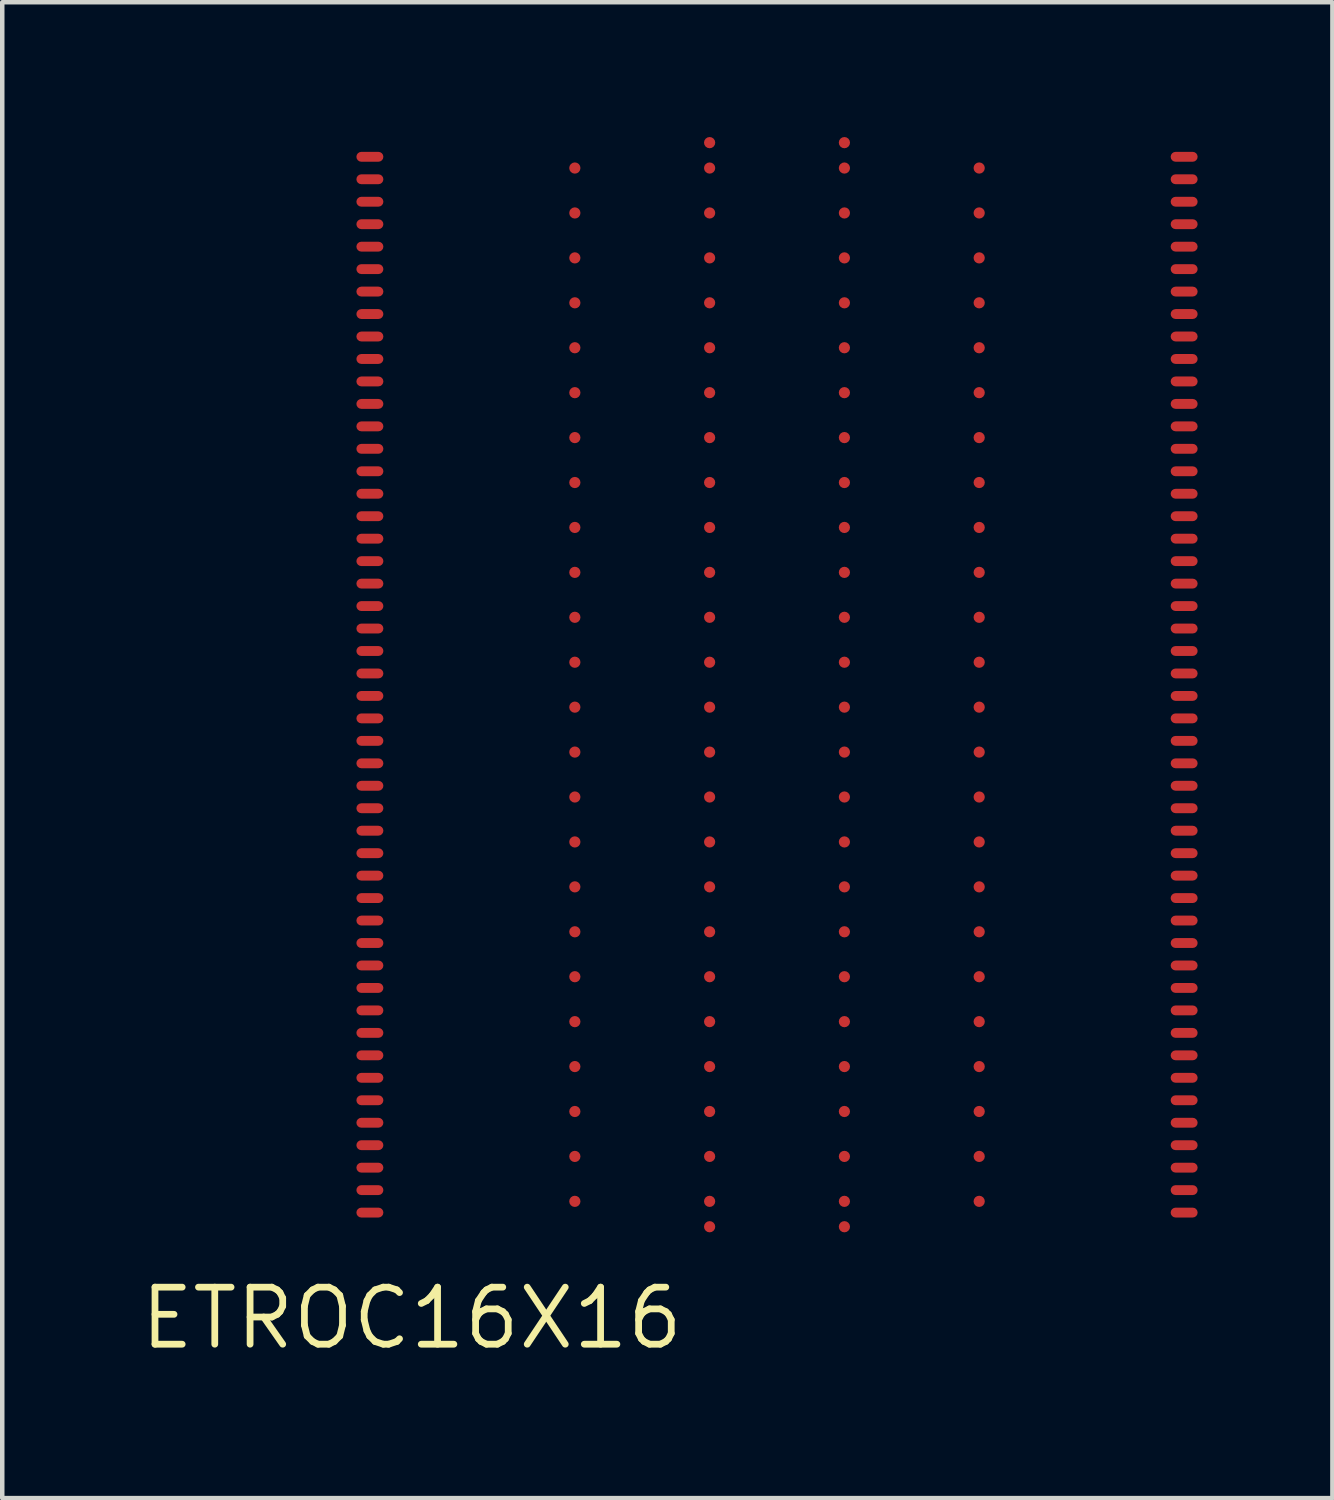
<source format=kicad_pcb>
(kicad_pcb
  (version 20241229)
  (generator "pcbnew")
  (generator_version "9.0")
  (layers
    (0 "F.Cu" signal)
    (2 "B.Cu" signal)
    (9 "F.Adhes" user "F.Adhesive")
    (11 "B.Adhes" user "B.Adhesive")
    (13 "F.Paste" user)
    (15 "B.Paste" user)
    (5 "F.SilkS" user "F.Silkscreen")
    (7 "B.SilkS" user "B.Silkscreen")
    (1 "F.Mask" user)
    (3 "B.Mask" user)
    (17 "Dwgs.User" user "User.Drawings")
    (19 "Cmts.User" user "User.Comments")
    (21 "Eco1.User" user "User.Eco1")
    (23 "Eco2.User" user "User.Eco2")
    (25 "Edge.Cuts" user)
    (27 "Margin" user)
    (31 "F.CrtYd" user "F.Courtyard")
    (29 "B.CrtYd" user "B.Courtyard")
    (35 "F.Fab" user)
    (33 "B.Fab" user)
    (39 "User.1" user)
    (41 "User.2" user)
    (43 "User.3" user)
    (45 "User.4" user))
  (footprint "ETROC16X16"
    (layer "F.Cu")
    (at 6.115 26.29)
    (property "Reference" "ETROC16X16" (at 0 0 0) (layer "F.SilkS") (effects (font (size 1.27 1.27) (thickness 0.15))))
    (attr through_hole)
    (pad "BB_1_0" smd roundrect (at 6.63 -26.165) (size 0.25 0.25) (layers "F.Cu" "F.Mask" "F.Paste") (roundrect_rratio 0.5))
    (pad "BB_1_1" smd roundrect (at 9.63 -26.165) (size 0.25 0.25) (layers "F.Cu" "F.Mask" "F.Paste") (roundrect_rratio 0.5))
    (pad "BB_4_0" smd roundrect (at 6.63 -2.035) (size 0.25 0.25) (layers "F.Cu" "F.Mask" "F.Paste") (roundrect_rratio 0.5))
    (pad "BB_4_1" smd roundrect (at 9.63 -2.035) (size 0.25 0.25) (layers "F.Cu" "F.Mask" "F.Paste") (roundrect_rratio 0.5))
    (pad "BB_6_0" smd roundrect (at 3.63 -25.6) (size 0.25 0.25) (layers "F.Cu" "F.Mask" "F.Paste") (roundrect_rratio 0.5))
    (pad "BB_6_1" smd roundrect (at 3.63 -24.6) (size 0.25 0.25) (layers "F.Cu" "F.Mask" "F.Paste") (roundrect_rratio 0.5))
    (pad "BB_6_2" smd roundrect (at 3.63 -23.6) (size 0.25 0.25) (layers "F.Cu" "F.Mask" "F.Paste") (roundrect_rratio 0.5))
    (pad "BB_6_3" smd roundrect (at 3.63 -22.6) (size 0.25 0.25) (layers "F.Cu" "F.Mask" "F.Paste") (roundrect_rratio 0.5))
    (pad "BB_6_4" smd roundrect (at 3.63 -21.6) (size 0.25 0.25) (layers "F.Cu" "F.Mask" "F.Paste") (roundrect_rratio 0.5))
    (pad "BB_6_5" smd roundrect (at 3.63 -20.6) (size 0.25 0.25) (layers "F.Cu" "F.Mask" "F.Paste") (roundrect_rratio 0.5))
    (pad "BB_6_6" smd roundrect (at 3.63 -19.6) (size 0.25 0.25) (layers "F.Cu" "F.Mask" "F.Paste") (roundrect_rratio 0.5))
    (pad "BB_6_7" smd roundrect (at 3.63 -18.6) (size 0.25 0.25) (layers "F.Cu" "F.Mask" "F.Paste") (roundrect_rratio 0.5))
    (pad "BB_6_8" smd roundrect (at 3.63 -17.6) (size 0.25 0.25) (layers "F.Cu" "F.Mask" "F.Paste") (roundrect_rratio 0.5))
    (pad "BB_6_9" smd roundrect (at 3.63 -16.6) (size 0.25 0.25) (layers "F.Cu" "F.Mask" "F.Paste") (roundrect_rratio 0.5))
    (pad "BB_6_10" smd roundrect (at 3.63 -15.6) (size 0.25 0.25) (layers "F.Cu" "F.Mask" "F.Paste") (roundrect_rratio 0.5))
    (pad "BB_6_11" smd roundrect (at 3.63 -14.6) (size 0.25 0.25) (layers "F.Cu" "F.Mask" "F.Paste") (roundrect_rratio 0.5))
    (pad "BB_6_12" smd roundrect (at 3.63 -13.6) (size 0.25 0.25) (layers "F.Cu" "F.Mask" "F.Paste") (roundrect_rratio 0.5))
    (pad "BB_6_13" smd roundrect (at 3.63 -12.6) (size 0.25 0.25) (layers "F.Cu" "F.Mask" "F.Paste") (roundrect_rratio 0.5))
    (pad "BB_6_14" smd roundrect (at 3.63 -11.6) (size 0.25 0.25) (layers "F.Cu" "F.Mask" "F.Paste") (roundrect_rratio 0.5))
    (pad "BB_6_15" smd roundrect (at 3.63 -10.6) (size 0.25 0.25) (layers "F.Cu" "F.Mask" "F.Paste") (roundrect_rratio 0.5))
    (pad "BB_6_16" smd roundrect (at 3.63 -9.6) (size 0.25 0.25) (layers "F.Cu" "F.Mask" "F.Paste") (roundrect_rratio 0.5))
    (pad "BB_6_17" smd roundrect (at 3.63 -8.6) (size 0.25 0.25) (layers "F.Cu" "F.Mask" "F.Paste") (roundrect_rratio 0.5))
    (pad "BB_6_18" smd roundrect (at 3.63 -7.6) (size 0.25 0.25) (layers "F.Cu" "F.Mask" "F.Paste") (roundrect_rratio 0.5))
    (pad "BB_6_19" smd roundrect (at 3.63 -6.6) (size 0.25 0.25) (layers "F.Cu" "F.Mask" "F.Paste") (roundrect_rratio 0.5))
    (pad "BB_6_20" smd roundrect (at 3.63 -5.6) (size 0.25 0.25) (layers "F.Cu" "F.Mask" "F.Paste") (roundrect_rratio 0.5))
    (pad "BB_6_21" smd roundrect (at 3.63 -4.6) (size 0.25 0.25) (layers "F.Cu" "F.Mask" "F.Paste") (roundrect_rratio 0.5))
    (pad "BB_6_22" smd roundrect (at 3.63 -3.6) (size 0.25 0.25) (layers "F.Cu" "F.Mask" "F.Paste") (roundrect_rratio 0.5))
    (pad "BB_6_23" smd roundrect (at 3.63 -2.6) (size 0.25 0.25) (layers "F.Cu" "F.Mask" "F.Paste") (roundrect_rratio 0.5))
    (pad "BB_7_0" smd roundrect (at 6.63 -25.6) (size 0.25 0.25) (layers "F.Cu" "F.Mask" "F.Paste") (roundrect_rratio 0.5))
    (pad "BB_7_1" smd roundrect (at 6.63 -24.6) (size 0.25 0.25) (layers "F.Cu" "F.Mask" "F.Paste") (roundrect_rratio 0.5))
    (pad "BB_7_2" smd roundrect (at 6.63 -23.6) (size 0.25 0.25) (layers "F.Cu" "F.Mask" "F.Paste") (roundrect_rratio 0.5))
    (pad "BB_7_3" smd roundrect (at 6.63 -22.6) (size 0.25 0.25) (layers "F.Cu" "F.Mask" "F.Paste") (roundrect_rratio 0.5))
    (pad "BB_7_4" smd roundrect (at 6.63 -21.6) (size 0.25 0.25) (layers "F.Cu" "F.Mask" "F.Paste") (roundrect_rratio 0.5))
    (pad "BB_7_5" smd roundrect (at 6.63 -20.6) (size 0.25 0.25) (layers "F.Cu" "F.Mask" "F.Paste") (roundrect_rratio 0.5))
    (pad "BB_7_6" smd roundrect (at 6.63 -19.6) (size 0.25 0.25) (layers "F.Cu" "F.Mask" "F.Paste") (roundrect_rratio 0.5))
    (pad "BB_7_7" smd roundrect (at 6.63 -18.6) (size 0.25 0.25) (layers "F.Cu" "F.Mask" "F.Paste") (roundrect_rratio 0.5))
    (pad "BB_7_8" smd roundrect (at 6.63 -17.6) (size 0.25 0.25) (layers "F.Cu" "F.Mask" "F.Paste") (roundrect_rratio 0.5))
    (pad "BB_7_9" smd roundrect (at 6.63 -16.6) (size 0.25 0.25) (layers "F.Cu" "F.Mask" "F.Paste") (roundrect_rratio 0.5))
    (pad "BB_7_10" smd roundrect (at 6.63 -15.6) (size 0.25 0.25) (layers "F.Cu" "F.Mask" "F.Paste") (roundrect_rratio 0.5))
    (pad "BB_7_11" smd roundrect (at 6.63 -14.6) (size 0.25 0.25) (layers "F.Cu" "F.Mask" "F.Paste") (roundrect_rratio 0.5))
    (pad "BB_7_12" smd roundrect (at 6.63 -13.6) (size 0.25 0.25) (layers "F.Cu" "F.Mask" "F.Paste") (roundrect_rratio 0.5))
    (pad "BB_7_13" smd roundrect (at 6.63 -12.6) (size 0.25 0.25) (layers "F.Cu" "F.Mask" "F.Paste") (roundrect_rratio 0.5))
    (pad "BB_7_14" smd roundrect (at 6.63 -11.6) (size 0.25 0.25) (layers "F.Cu" "F.Mask" "F.Paste") (roundrect_rratio 0.5))
    (pad "BB_7_15" smd roundrect (at 6.63 -10.6) (size 0.25 0.25) (layers "F.Cu" "F.Mask" "F.Paste") (roundrect_rratio 0.5))
    (pad "BB_7_16" smd roundrect (at 6.63 -9.6) (size 0.25 0.25) (layers "F.Cu" "F.Mask" "F.Paste") (roundrect_rratio 0.5))
    (pad "BB_7_17" smd roundrect (at 6.63 -8.6) (size 0.25 0.25) (layers "F.Cu" "F.Mask" "F.Paste") (roundrect_rratio 0.5))
    (pad "BB_7_18" smd roundrect (at 6.63 -7.6) (size 0.25 0.25) (layers "F.Cu" "F.Mask" "F.Paste") (roundrect_rratio 0.5))
    (pad "BB_7_19" smd roundrect (at 6.63 -6.6) (size 0.25 0.25) (layers "F.Cu" "F.Mask" "F.Paste") (roundrect_rratio 0.5))
    (pad "BB_7_20" smd roundrect (at 6.63 -5.6) (size 0.25 0.25) (layers "F.Cu" "F.Mask" "F.Paste") (roundrect_rratio 0.5))
    (pad "BB_7_21" smd roundrect (at 6.63 -4.6) (size 0.25 0.25) (layers "F.Cu" "F.Mask" "F.Paste") (roundrect_rratio 0.5))
    (pad "BB_7_22" smd roundrect (at 6.63 -3.6) (size 0.25 0.25) (layers "F.Cu" "F.Mask" "F.Paste") (roundrect_rratio 0.5))
    (pad "BB_7_23" smd roundrect (at 6.63 -2.6) (size 0.25 0.25) (layers "F.Cu" "F.Mask" "F.Paste") (roundrect_rratio 0.5))
    (pad "BB_8_0" smd roundrect (at 9.63 -25.6) (size 0.25 0.25) (layers "F.Cu" "F.Mask" "F.Paste") (roundrect_rratio 0.5))
    (pad "BB_8_1" smd roundrect (at 9.63 -24.6) (size 0.25 0.25) (layers "F.Cu" "F.Mask" "F.Paste") (roundrect_rratio 0.5))
    (pad "BB_8_2" smd roundrect (at 9.63 -23.6) (size 0.25 0.25) (layers "F.Cu" "F.Mask" "F.Paste") (roundrect_rratio 0.5))
    (pad "BB_8_3" smd roundrect (at 9.63 -22.6) (size 0.25 0.25) (layers "F.Cu" "F.Mask" "F.Paste") (roundrect_rratio 0.5))
    (pad "BB_8_4" smd roundrect (at 9.63 -21.6) (size 0.25 0.25) (layers "F.Cu" "F.Mask" "F.Paste") (roundrect_rratio 0.5))
    (pad "BB_8_5" smd roundrect (at 9.63 -20.6) (size 0.25 0.25) (layers "F.Cu" "F.Mask" "F.Paste") (roundrect_rratio 0.5))
    (pad "BB_8_6" smd roundrect (at 9.63 -19.6) (size 0.25 0.25) (layers "F.Cu" "F.Mask" "F.Paste") (roundrect_rratio 0.5))
    (pad "BB_8_7" smd roundrect (at 9.63 -18.6) (size 0.25 0.25) (layers "F.Cu" "F.Mask" "F.Paste") (roundrect_rratio 0.5))
    (pad "BB_8_8" smd roundrect (at 9.63 -17.6) (size 0.25 0.25) (layers "F.Cu" "F.Mask" "F.Paste") (roundrect_rratio 0.5))
    (pad "BB_8_9" smd roundrect (at 9.63 -16.6) (size 0.25 0.25) (layers "F.Cu" "F.Mask" "F.Paste") (roundrect_rratio 0.5))
    (pad "BB_8_10" smd roundrect (at 9.63 -15.6) (size 0.25 0.25) (layers "F.Cu" "F.Mask" "F.Paste") (roundrect_rratio 0.5))
    (pad "BB_8_11" smd roundrect (at 9.63 -14.6) (size 0.25 0.25) (layers "F.Cu" "F.Mask" "F.Paste") (roundrect_rratio 0.5))
    (pad "BB_8_12" smd roundrect (at 9.63 -13.6) (size 0.25 0.25) (layers "F.Cu" "F.Mask" "F.Paste") (roundrect_rratio 0.5))
    (pad "BB_8_13" smd roundrect (at 9.63 -12.6) (size 0.25 0.25) (layers "F.Cu" "F.Mask" "F.Paste") (roundrect_rratio 0.5))
    (pad "BB_8_14" smd roundrect (at 9.63 -11.6) (size 0.25 0.25) (layers "F.Cu" "F.Mask" "F.Paste") (roundrect_rratio 0.5))
    (pad "BB_8_15" smd roundrect (at 9.63 -10.6) (size 0.25 0.25) (layers "F.Cu" "F.Mask" "F.Paste") (roundrect_rratio 0.5))
    (pad "BB_8_16" smd roundrect (at 9.63 -9.6) (size 0.25 0.25) (layers "F.Cu" "F.Mask" "F.Paste") (roundrect_rratio 0.5))
    (pad "BB_8_17" smd roundrect (at 9.63 -8.6) (size 0.25 0.25) (layers "F.Cu" "F.Mask" "F.Paste") (roundrect_rratio 0.5))
    (pad "BB_8_18" smd roundrect (at 9.63 -7.6) (size 0.25 0.25) (layers "F.Cu" "F.Mask" "F.Paste") (roundrect_rratio 0.5))
    (pad "BB_8_19" smd roundrect (at 9.63 -6.6) (size 0.25 0.25) (layers "F.Cu" "F.Mask" "F.Paste") (roundrect_rratio 0.5))
    (pad "BB_8_20" smd roundrect (at 9.63 -5.6) (size 0.25 0.25) (layers "F.Cu" "F.Mask" "F.Paste") (roundrect_rratio 0.5))
    (pad "BB_8_21" smd roundrect (at 9.63 -4.6) (size 0.25 0.25) (layers "F.Cu" "F.Mask" "F.Paste") (roundrect_rratio 0.5))
    (pad "BB_8_22" smd roundrect (at 9.63 -3.6) (size 0.25 0.25) (layers "F.Cu" "F.Mask" "F.Paste") (roundrect_rratio 0.5))
    (pad "BB_8_23" smd roundrect (at 9.63 -2.6) (size 0.25 0.25) (layers "F.Cu" "F.Mask" "F.Paste") (roundrect_rratio 0.5))
    (pad "BB_9_0" smd roundrect (at 12.63 -25.6) (size 0.25 0.25) (layers "F.Cu" "F.Mask" "F.Paste") (roundrect_rratio 0.5))
    (pad "BB_9_1" smd roundrect (at 12.63 -24.6) (size 0.25 0.25) (layers "F.Cu" "F.Mask" "F.Paste") (roundrect_rratio 0.5))
    (pad "BB_9_2" smd roundrect (at 12.63 -23.6) (size 0.25 0.25) (layers "F.Cu" "F.Mask" "F.Paste") (roundrect_rratio 0.5))
    (pad "BB_9_3" smd roundrect (at 12.63 -22.6) (size 0.25 0.25) (layers "F.Cu" "F.Mask" "F.Paste") (roundrect_rratio 0.5))
    (pad "BB_9_4" smd roundrect (at 12.63 -21.6) (size 0.25 0.25) (layers "F.Cu" "F.Mask" "F.Paste") (roundrect_rratio 0.5))
    (pad "BB_9_5" smd roundrect (at 12.63 -20.6) (size 0.25 0.25) (layers "F.Cu" "F.Mask" "F.Paste") (roundrect_rratio 0.5))
    (pad "BB_9_6" smd roundrect (at 12.63 -19.6) (size 0.25 0.25) (layers "F.Cu" "F.Mask" "F.Paste") (roundrect_rratio 0.5))
    (pad "BB_9_7" smd roundrect (at 12.63 -18.6) (size 0.25 0.25) (layers "F.Cu" "F.Mask" "F.Paste") (roundrect_rratio 0.5))
    (pad "BB_9_8" smd roundrect (at 12.63 -17.6) (size 0.25 0.25) (layers "F.Cu" "F.Mask" "F.Paste") (roundrect_rratio 0.5))
    (pad "BB_9_9" smd roundrect (at 12.63 -16.6) (size 0.25 0.25) (layers "F.Cu" "F.Mask" "F.Paste") (roundrect_rratio 0.5))
    (pad "BB_9_10" smd roundrect (at 12.63 -15.6) (size 0.25 0.25) (layers "F.Cu" "F.Mask" "F.Paste") (roundrect_rratio 0.5))
    (pad "BB_9_11" smd roundrect (at 12.63 -14.6) (size 0.25 0.25) (layers "F.Cu" "F.Mask" "F.Paste") (roundrect_rratio 0.5))
    (pad "BB_9_12" smd roundrect (at 12.63 -13.6) (size 0.25 0.25) (layers "F.Cu" "F.Mask" "F.Paste") (roundrect_rratio 0.5))
    (pad "BB_9_13" smd roundrect (at 12.63 -12.6) (size 0.25 0.25) (layers "F.Cu" "F.Mask" "F.Paste") (roundrect_rratio 0.5))
    (pad "BB_9_14" smd roundrect (at 12.63 -11.6) (size 0.25 0.25) (layers "F.Cu" "F.Mask" "F.Paste") (roundrect_rratio 0.5))
    (pad "BB_9_15" smd roundrect (at 12.63 -10.6) (size 0.25 0.25) (layers "F.Cu" "F.Mask" "F.Paste") (roundrect_rratio 0.5))
    (pad "BB_9_16" smd roundrect (at 12.63 -9.6) (size 0.25 0.25) (layers "F.Cu" "F.Mask" "F.Paste") (roundrect_rratio 0.5))
    (pad "BB_9_17" smd roundrect (at 12.63 -8.6) (size 0.25 0.25) (layers "F.Cu" "F.Mask" "F.Paste") (roundrect_rratio 0.5))
    (pad "BB_9_18" smd roundrect (at 12.63 -7.6) (size 0.25 0.25) (layers "F.Cu" "F.Mask" "F.Paste") (roundrect_rratio 0.5))
    (pad "BB_9_19" smd roundrect (at 12.63 -6.6) (size 0.25 0.25) (layers "F.Cu" "F.Mask" "F.Paste") (roundrect_rratio 0.5))
    (pad "BB_9_20" smd roundrect (at 12.63 -5.6) (size 0.25 0.25) (layers "F.Cu" "F.Mask" "F.Paste") (roundrect_rratio 0.5))
    (pad "BB_9_21" smd roundrect (at 12.63 -4.6) (size 0.25 0.25) (layers "F.Cu" "F.Mask" "F.Paste") (roundrect_rratio 0.5))
    (pad "BB_9_22" smd roundrect (at 12.63 -3.6) (size 0.25 0.25) (layers "F.Cu" "F.Mask" "F.Paste") (roundrect_rratio 0.5))
    (pad "BB_9_23" smd roundrect (at 12.63 -2.6) (size 0.25 0.25) (layers "F.Cu" "F.Mask" "F.Paste") (roundrect_rratio 0.5))
    (pad "WB_5_1" smd roundrect (at -0.932 -25.85) (size 0.6 0.22) (layers "F.Cu" "F.Mask" "F.Paste") (roundrect_rratio 0.5))
    (pad "WB_5_2" smd roundrect (at -0.932 -25.35) (size 0.6 0.22) (layers "F.Cu" "F.Mask" "F.Paste") (roundrect_rratio 0.5))
    (pad "WB_5_3" smd roundrect (at -0.932 -24.85) (size 0.6 0.22) (layers "F.Cu" "F.Mask" "F.Paste") (roundrect_rratio 0.5))
    (pad "WB_5_4" smd roundrect (at -0.932 -24.35) (size 0.6 0.22) (layers "F.Cu" "F.Mask" "F.Paste") (roundrect_rratio 0.5))
    (pad "WB_5_5" smd roundrect (at -0.932 -23.85) (size 0.6 0.22) (layers "F.Cu" "F.Mask" "F.Paste") (roundrect_rratio 0.5))
    (pad "WB_5_6" smd roundrect (at -0.932 -23.35) (size 0.6 0.22) (layers "F.Cu" "F.Mask" "F.Paste") (roundrect_rratio 0.5))
    (pad "WB_5_7" smd roundrect (at -0.932 -22.85) (size 0.6 0.22) (layers "F.Cu" "F.Mask" "F.Paste") (roundrect_rratio 0.5))
    (pad "WB_5_8" smd roundrect (at -0.932 -22.35) (size 0.6 0.22) (layers "F.Cu" "F.Mask" "F.Paste") (roundrect_rratio 0.5))
    (pad "WB_5_9" smd roundrect (at -0.932 -21.85) (size 0.6 0.22) (layers "F.Cu" "F.Mask" "F.Paste") (roundrect_rratio 0.5))
    (pad "WB_5_10" smd roundrect (at -0.932 -21.35) (size 0.6 0.22) (layers "F.Cu" "F.Mask" "F.Paste") (roundrect_rratio 0.5))
    (pad "WB_5_11" smd roundrect (at -0.932 -20.85) (size 0.6 0.22) (layers "F.Cu" "F.Mask" "F.Paste") (roundrect_rratio 0.5))
    (pad "WB_5_12" smd roundrect (at -0.932 -20.35) (size 0.6 0.22) (layers "F.Cu" "F.Mask" "F.Paste") (roundrect_rratio 0.5))
    (pad "WB_5_13" smd roundrect (at -0.932 -19.85) (size 0.6 0.22) (layers "F.Cu" "F.Mask" "F.Paste") (roundrect_rratio 0.5))
    (pad "WB_5_14" smd roundrect (at -0.932 -19.35) (size 0.6 0.22) (layers "F.Cu" "F.Mask" "F.Paste") (roundrect_rratio 0.5))
    (pad "WB_5_15" smd roundrect (at -0.932 -18.85) (size 0.6 0.22) (layers "F.Cu" "F.Mask" "F.Paste") (roundrect_rratio 0.5))
    (pad "WB_5_16" smd roundrect (at -0.932 -18.35) (size 0.6 0.22) (layers "F.Cu" "F.Mask" "F.Paste") (roundrect_rratio 0.5))
    (pad "WB_5_17" smd roundrect (at -0.932 -17.85) (size 0.6 0.22) (layers "F.Cu" "F.Mask" "F.Paste") (roundrect_rratio 0.5))
    (pad "WB_5_18" smd roundrect (at -0.932 -17.35) (size 0.6 0.22) (layers "F.Cu" "F.Mask" "F.Paste") (roundrect_rratio 0.5))
    (pad "WB_5_19" smd roundrect (at -0.932 -16.85) (size 0.6 0.22) (layers "F.Cu" "F.Mask" "F.Paste") (roundrect_rratio 0.5))
    (pad "WB_5_20" smd roundrect (at -0.932 -16.35) (size 0.6 0.22) (layers "F.Cu" "F.Mask" "F.Paste") (roundrect_rratio 0.5))
    (pad "WB_5_21" smd roundrect (at -0.932 -15.85) (size 0.6 0.22) (layers "F.Cu" "F.Mask" "F.Paste") (roundrect_rratio 0.5))
    (pad "WB_5_22" smd roundrect (at -0.932 -15.35) (size 0.6 0.22) (layers "F.Cu" "F.Mask" "F.Paste") (roundrect_rratio 0.5))
    (pad "WB_5_23" smd roundrect (at -0.932 -14.85) (size 0.6 0.22) (layers "F.Cu" "F.Mask" "F.Paste") (roundrect_rratio 0.5))
    (pad "WB_5_24" smd roundrect (at -0.932 -14.35) (size 0.6 0.22) (layers "F.Cu" "F.Mask" "F.Paste") (roundrect_rratio 0.5))
    (pad "WB_5_25" smd roundrect (at -0.932 -13.85) (size 0.6 0.22) (layers "F.Cu" "F.Mask" "F.Paste") (roundrect_rratio 0.5))
    (pad "WB_5_26" smd roundrect (at -0.932 -13.35) (size 0.6 0.22) (layers "F.Cu" "F.Mask" "F.Paste") (roundrect_rratio 0.5))
    (pad "WB_5_27" smd roundrect (at -0.932 -12.85) (size 0.6 0.22) (layers "F.Cu" "F.Mask" "F.Paste") (roundrect_rratio 0.5))
    (pad "WB_5_28" smd roundrect (at -0.932 -12.35) (size 0.6 0.22) (layers "F.Cu" "F.Mask" "F.Paste") (roundrect_rratio 0.5))
    (pad "WB_5_29" smd roundrect (at -0.932 -11.85) (size 0.6 0.22) (layers "F.Cu" "F.Mask" "F.Paste") (roundrect_rratio 0.5))
    (pad "WB_5_30" smd roundrect (at -0.932 -11.35) (size 0.6 0.22) (layers "F.Cu" "F.Mask" "F.Paste") (roundrect_rratio 0.5))
    (pad "WB_5_31" smd roundrect (at -0.932 -10.85) (size 0.6 0.22) (layers "F.Cu" "F.Mask" "F.Paste") (roundrect_rratio 0.5))
    (pad "WB_5_32" smd roundrect (at -0.932 -10.35) (size 0.6 0.22) (layers "F.Cu" "F.Mask" "F.Paste") (roundrect_rratio 0.5))
    (pad "WB_5_33" smd roundrect (at -0.932 -9.85) (size 0.6 0.22) (layers "F.Cu" "F.Mask" "F.Paste") (roundrect_rratio 0.5))
    (pad "WB_5_34" smd roundrect (at -0.932 -9.35) (size 0.6 0.22) (layers "F.Cu" "F.Mask" "F.Paste") (roundrect_rratio 0.5))
    (pad "WB_5_35" smd roundrect (at -0.932 -8.85) (size 0.6 0.22) (layers "F.Cu" "F.Mask" "F.Paste") (roundrect_rratio 0.5))
    (pad "WB_5_36" smd roundrect (at -0.932 -8.35) (size 0.6 0.22) (layers "F.Cu" "F.Mask" "F.Paste") (roundrect_rratio 0.5))
    (pad "WB_5_37" smd roundrect (at -0.932 -7.85) (size 0.6 0.22) (layers "F.Cu" "F.Mask" "F.Paste") (roundrect_rratio 0.5))
    (pad "WB_5_38" smd roundrect (at -0.932 -7.35) (size 0.6 0.22) (layers "F.Cu" "F.Mask" "F.Paste") (roundrect_rratio 0.5))
    (pad "WB_5_39" smd roundrect (at -0.932 -6.85) (size 0.6 0.22) (layers "F.Cu" "F.Mask" "F.Paste") (roundrect_rratio 0.5))
    (pad "WB_5_40" smd roundrect (at -0.932 -6.35) (size 0.6 0.22) (layers "F.Cu" "F.Mask" "F.Paste") (roundrect_rratio 0.5))
    (pad "WB_5_41" smd roundrect (at -0.932 -5.85) (size 0.6 0.22) (layers "F.Cu" "F.Mask" "F.Paste") (roundrect_rratio 0.5))
    (pad "WB_5_42" smd roundrect (at -0.932 -5.35) (size 0.6 0.22) (layers "F.Cu" "F.Mask" "F.Paste") (roundrect_rratio 0.5))
    (pad "WB_5_43" smd roundrect (at -0.932 -4.85) (size 0.6 0.22) (layers "F.Cu" "F.Mask" "F.Paste") (roundrect_rratio 0.5))
    (pad "WB_5_44" smd roundrect (at -0.932 -4.35) (size 0.6 0.22) (layers "F.Cu" "F.Mask" "F.Paste") (roundrect_rratio 0.5))
    (pad "WB_5_45" smd roundrect (at -0.932 -3.85) (size 0.6 0.22) (layers "F.Cu" "F.Mask" "F.Paste") (roundrect_rratio 0.5))
    (pad "WB_5_46" smd roundrect (at -0.932 -3.35) (size 0.6 0.22) (layers "F.Cu" "F.Mask" "F.Paste") (roundrect_rratio 0.5))
    (pad "WB_5_47" smd roundrect (at -0.932 -2.85) (size 0.6 0.22) (layers "F.Cu" "F.Mask" "F.Paste") (roundrect_rratio 0.5))
    (pad "WB_5_48" smd roundrect (at -0.932 -2.35) (size 0.6 0.22) (layers "F.Cu" "F.Mask" "F.Paste") (roundrect_rratio 0.5))
    (pad "WB_5_51" smd roundrect (at 17.192 -25.85) (size 0.6 0.22) (layers "F.Cu" "F.Mask" "F.Paste") (roundrect_rratio 0.5))
    (pad "WB_5_52" smd roundrect (at 17.192 -25.35) (size 0.6 0.22) (layers "F.Cu" "F.Mask" "F.Paste") (roundrect_rratio 0.5))
    (pad "WB_5_53" smd roundrect (at 17.192 -24.85) (size 0.6 0.22) (layers "F.Cu" "F.Mask" "F.Paste") (roundrect_rratio 0.5))
    (pad "WB_5_54" smd roundrect (at 17.192 -24.35) (size 0.6 0.22) (layers "F.Cu" "F.Mask" "F.Paste") (roundrect_rratio 0.5))
    (pad "WB_5_55" smd roundrect (at 17.192 -23.85) (size 0.6 0.22) (layers "F.Cu" "F.Mask" "F.Paste") (roundrect_rratio 0.5))
    (pad "WB_5_56" smd roundrect (at 17.192 -23.35) (size 0.6 0.22) (layers "F.Cu" "F.Mask" "F.Paste") (roundrect_rratio 0.5))
    (pad "WB_5_57" smd roundrect (at 17.192 -22.85) (size 0.6 0.22) (layers "F.Cu" "F.Mask" "F.Paste") (roundrect_rratio 0.5))
    (pad "WB_5_58" smd roundrect (at 17.192 -22.35) (size 0.6 0.22) (layers "F.Cu" "F.Mask" "F.Paste") (roundrect_rratio 0.5))
    (pad "WB_5_59" smd roundrect (at 17.192 -21.85) (size 0.6 0.22) (layers "F.Cu" "F.Mask" "F.Paste") (roundrect_rratio 0.5))
    (pad "WB_5_60" smd roundrect (at 17.192 -21.35) (size 0.6 0.22) (layers "F.Cu" "F.Mask" "F.Paste") (roundrect_rratio 0.5))
    (pad "WB_5_61" smd roundrect (at 17.192 -20.85) (size 0.6 0.22) (layers "F.Cu" "F.Mask" "F.Paste") (roundrect_rratio 0.5))
    (pad "WB_5_62" smd roundrect (at 17.192 -20.35) (size 0.6 0.22) (layers "F.Cu" "F.Mask" "F.Paste") (roundrect_rratio 0.5))
    (pad "WB_5_63" smd roundrect (at 17.192 -19.85) (size 0.6 0.22) (layers "F.Cu" "F.Mask" "F.Paste") (roundrect_rratio 0.5))
    (pad "WB_5_64" smd roundrect (at 17.192 -19.35) (size 0.6 0.22) (layers "F.Cu" "F.Mask" "F.Paste") (roundrect_rratio 0.5))
    (pad "WB_5_65" smd roundrect (at 17.192 -18.85) (size 0.6 0.22) (layers "F.Cu" "F.Mask" "F.Paste") (roundrect_rratio 0.5))
    (pad "WB_5_66" smd roundrect (at 17.192 -18.35) (size 0.6 0.22) (layers "F.Cu" "F.Mask" "F.Paste") (roundrect_rratio 0.5))
    (pad "WB_5_67" smd roundrect (at 17.192 -17.85) (size 0.6 0.22) (layers "F.Cu" "F.Mask" "F.Paste") (roundrect_rratio 0.5))
    (pad "WB_5_68" smd roundrect (at 17.192 -17.35) (size 0.6 0.22) (layers "F.Cu" "F.Mask" "F.Paste") (roundrect_rratio 0.5))
    (pad "WB_5_69" smd roundrect (at 17.192 -16.85) (size 0.6 0.22) (layers "F.Cu" "F.Mask" "F.Paste") (roundrect_rratio 0.5))
    (pad "WB_5_70" smd roundrect (at 17.192 -16.35) (size 0.6 0.22) (layers "F.Cu" "F.Mask" "F.Paste") (roundrect_rratio 0.5))
    (pad "WB_5_71" smd roundrect (at 17.192 -15.85) (size 0.6 0.22) (layers "F.Cu" "F.Mask" "F.Paste") (roundrect_rratio 0.5))
    (pad "WB_5_72" smd roundrect (at 17.192 -15.35) (size 0.6 0.22) (layers "F.Cu" "F.Mask" "F.Paste") (roundrect_rratio 0.5))
    (pad "WB_5_73" smd roundrect (at 17.192 -14.85) (size 0.6 0.22) (layers "F.Cu" "F.Mask" "F.Paste") (roundrect_rratio 0.5))
    (pad "WB_5_74" smd roundrect (at 17.192 -14.35) (size 0.6 0.22) (layers "F.Cu" "F.Mask" "F.Paste") (roundrect_rratio 0.5))
    (pad "WB_5_75" smd roundrect (at 17.192 -13.85) (size 0.6 0.22) (layers "F.Cu" "F.Mask" "F.Paste") (roundrect_rratio 0.5))
    (pad "WB_5_76" smd roundrect (at 17.192 -13.35) (size 0.6 0.22) (layers "F.Cu" "F.Mask" "F.Paste") (roundrect_rratio 0.5))
    (pad "WB_5_77" smd roundrect (at 17.192 -12.85) (size 0.6 0.22) (layers "F.Cu" "F.Mask" "F.Paste") (roundrect_rratio 0.5))
    (pad "WB_5_78" smd roundrect (at 17.192 -12.35) (size 0.6 0.22) (layers "F.Cu" "F.Mask" "F.Paste") (roundrect_rratio 0.5))
    (pad "WB_5_79" smd roundrect (at 17.192 -11.85) (size 0.6 0.22) (layers "F.Cu" "F.Mask" "F.Paste") (roundrect_rratio 0.5))
    (pad "WB_5_80" smd roundrect (at 17.192 -11.35) (size 0.6 0.22) (layers "F.Cu" "F.Mask" "F.Paste") (roundrect_rratio 0.5))
    (pad "WB_5_81" smd roundrect (at 17.192 -10.85) (size 0.6 0.22) (layers "F.Cu" "F.Mask" "F.Paste") (roundrect_rratio 0.5))
    (pad "WB_5_82" smd roundrect (at 17.192 -10.35) (size 0.6 0.22) (layers "F.Cu" "F.Mask" "F.Paste") (roundrect_rratio 0.5))
    (pad "WB_5_83" smd roundrect (at 17.192 -9.85) (size 0.6 0.22) (layers "F.Cu" "F.Mask" "F.Paste") (roundrect_rratio 0.5))
    (pad "WB_5_84" smd roundrect (at 17.192 -9.35) (size 0.6 0.22) (layers "F.Cu" "F.Mask" "F.Paste") (roundrect_rratio 0.5))
    (pad "WB_5_85" smd roundrect (at 17.192 -8.85) (size 0.6 0.22) (layers "F.Cu" "F.Mask" "F.Paste") (roundrect_rratio 0.5))
    (pad "WB_5_86" smd roundrect (at 17.192 -8.35) (size 0.6 0.22) (layers "F.Cu" "F.Mask" "F.Paste") (roundrect_rratio 0.5))
    (pad "WB_5_87" smd roundrect (at 17.192 -7.85) (size 0.6 0.22) (layers "F.Cu" "F.Mask" "F.Paste") (roundrect_rratio 0.5))
    (pad "WB_5_88" smd roundrect (at 17.192 -7.35) (size 0.6 0.22) (layers "F.Cu" "F.Mask" "F.Paste") (roundrect_rratio 0.5))
    (pad "WB_5_89" smd roundrect (at 17.192 -6.85) (size 0.6 0.22) (layers "F.Cu" "F.Mask" "F.Paste") (roundrect_rratio 0.5))
    (pad "WB_5_90" smd roundrect (at 17.192 -6.35) (size 0.6 0.22) (layers "F.Cu" "F.Mask" "F.Paste") (roundrect_rratio 0.5))
    (pad "WB_5_91" smd roundrect (at 17.192 -5.85) (size 0.6 0.22) (layers "F.Cu" "F.Mask" "F.Paste") (roundrect_rratio 0.5))
    (pad "WB_5_92" smd roundrect (at 17.192 -5.35) (size 0.6 0.22) (layers "F.Cu" "F.Mask" "F.Paste") (roundrect_rratio 0.5))
    (pad "WB_5_93" smd roundrect (at 17.192 -4.85) (size 0.6 0.22) (layers "F.Cu" "F.Mask" "F.Paste") (roundrect_rratio 0.5))
    (pad "WB_5_94" smd roundrect (at 17.192 -4.35) (size 0.6 0.22) (layers "F.Cu" "F.Mask" "F.Paste") (roundrect_rratio 0.5))
    (pad "WB_5_95" smd roundrect (at 17.192 -3.85) (size 0.6 0.22) (layers "F.Cu" "F.Mask" "F.Paste") (roundrect_rratio 0.5))
    (pad "WB_5_96" smd roundrect (at 17.192 -3.35) (size 0.6 0.22) (layers "F.Cu" "F.Mask" "F.Paste") (roundrect_rratio 0.5))
    (pad "WB_5_97" smd roundrect (at 17.192 -2.85) (size 0.6 0.22) (layers "F.Cu" "F.Mask" "F.Paste") (roundrect_rratio 0.5))
    (pad "WB_5_98" smd roundrect (at 17.192 -2.35) (size 0.6 0.22) (layers "F.Cu" "F.Mask" "F.Paste") (roundrect_rratio 0.5)))
  (gr_rect
    (start -3 -3)
    (end 26.607 30.296)
    (stroke (width 0.1) (type default))
    (fill no)
    (layer "Edge.Cuts")))
</source>
